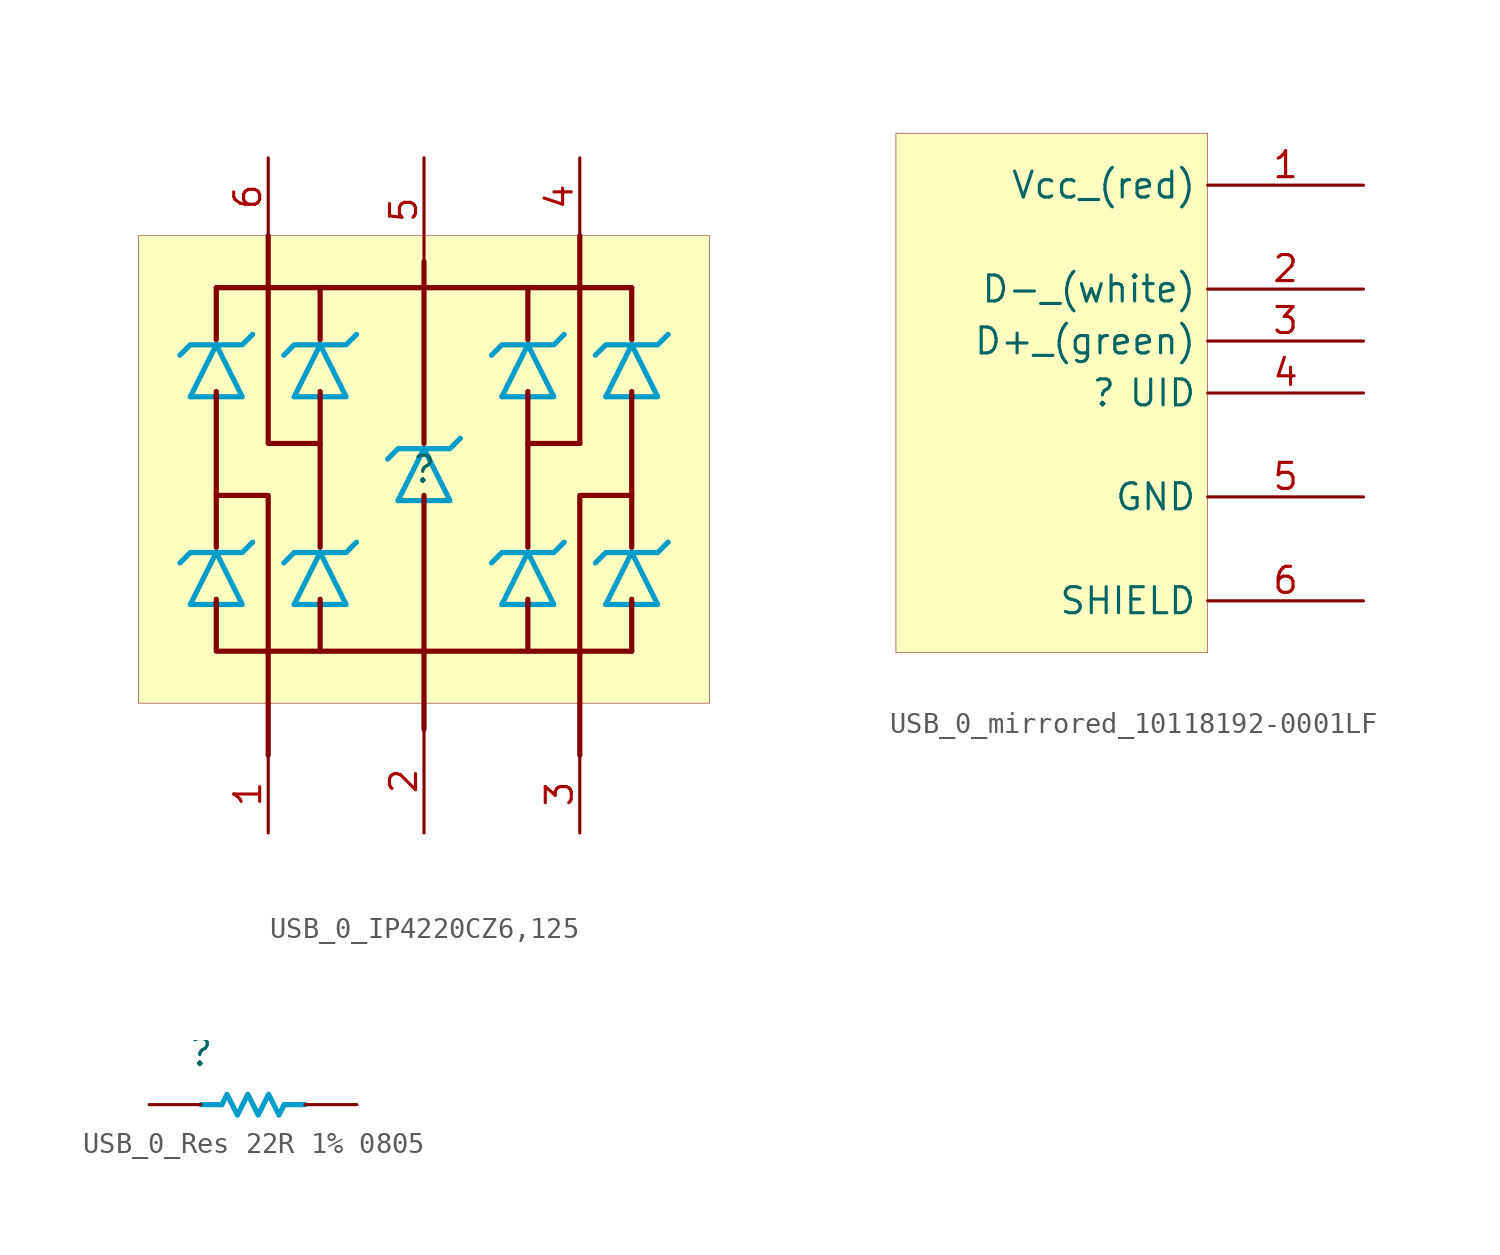
<source format=kicad_sym>
(kicad_symbol_lib
  (version 20231120)
  (generator "kicad_symbol_editor")
  (generator_version "8.0")
  (symbol "USB_0_IP4220CZ6,125"
    (property "Reference" ""
      (at 0 0 0)
      (effects (font (size 1.27 1.27))))
    (property "Value" ""
      (at 0 0 0)
      (effects (font (size 1.27 1.27))))
    (symbol "USB_0_IP4220CZ6,125_1_0"
      (polyline (pts (xy -11.43 -6.604) (xy -10.16 -4.064)) (stroke (width 0.254) (type solid) (color 0 156 202 1)) (fill (type none)))
      (polyline (pts (xy -11.43 3.556) (xy -10.16 6.096)) (stroke (width 0.254) (type solid) (color 0 156 202 1)) (fill (type none)))
      (polyline (pts (xy -10.16 3.81) (xy -10.16 -3.81)) (stroke (width 0.254) (type solid)) (fill (type none)))
      (polyline (pts (xy -10.16 8.89) (xy -10.16 6.35)) (stroke (width 0.254) (type solid)) (fill (type none)))
      (polyline (pts (xy -10.16 8.89) (xy 10.16 8.89)) (stroke (width 0.254) (type solid)) (fill (type none)))
      (polyline (pts (xy -6.35 -6.604) (xy -5.08 -4.064)) (stroke (width 0.254) (type solid) (color 0 156 202 1)) (fill (type none)))
      (polyline (pts (xy -6.35 3.556) (xy -5.08 6.096)) (stroke (width 0.254) (type solid) (color 0 156 202 1)) (fill (type none)))
      (polyline (pts (xy -5.08 -8.89) (xy -5.08 -6.35)) (stroke (width 0.254) (type solid)) (fill (type none)))
      (polyline (pts (xy -5.08 -3.81) (xy -5.08 3.81)) (stroke (width 0.254) (type solid)) (fill (type none)))
      (polyline (pts (xy -5.08 6.35) (xy -5.08 8.89)) (stroke (width 0.254) (type solid)) (fill (type none)))
      (polyline (pts (xy -1.27 -1.524) (xy 0 1.016)) (stroke (width 0.254) (type solid) (color 0 156 202 1)) (fill (type none)))
      (polyline (pts (xy 0 -12.7) (xy 0 -1.27)) (stroke (width 0.254) (type solid)) (fill (type none)))
      (polyline (pts (xy 0 1.27) (xy 0 10.16)) (stroke (width 0.254) (type solid)) (fill (type none)))
      (polyline (pts (xy 3.81 -6.604) (xy 5.08 -4.064)) (stroke (width 0.254) (type solid) (color 0 156 202 1)) (fill (type none)))
      (polyline (pts (xy 3.81 3.556) (xy 5.08 6.096)) (stroke (width 0.254) (type solid) (color 0 156 202 1)) (fill (type none)))
      (polyline (pts (xy 5.08 -6.35) (xy 5.08 -8.89)) (stroke (width 0.254) (type solid)) (fill (type none)))
      (polyline (pts (xy 5.08 -3.81) (xy 5.08 3.81)) (stroke (width 0.254) (type solid)) (fill (type none)))
      (polyline (pts (xy 5.08 6.35) (xy 5.08 8.89)) (stroke (width 0.254) (type solid)) (fill (type none)))
      (polyline (pts (xy 7.62 1.27) (xy 5.08 1.27)) (stroke (width 0.254) (type solid)) (fill (type none)))
      (polyline (pts (xy 7.62 11.43) (xy 7.62 1.27)) (stroke (width 0.254) (type solid)) (fill (type none)))
      (polyline (pts (xy 8.89 -6.604) (xy 10.16 -4.064)) (stroke (width 0.254) (type solid) (color 0 156 202 1)) (fill (type none)))
      (polyline (pts (xy 8.89 3.556) (xy 10.16 6.096)) (stroke (width 0.254) (type solid) (color 0 156 202 1)) (fill (type none)))
      (polyline (pts (xy 10.16 -6.35) (xy 10.16 -8.89)) (stroke (width 0.254) (type solid)) (fill (type none)))
      (polyline (pts (xy 10.16 3.81) (xy 10.16 -3.81)) (stroke (width 0.254) (type solid)) (fill (type none)))
      (polyline (pts (xy 10.16 6.35) (xy 10.16 8.89)) (stroke (width 0.254) (type solid)) (fill (type none)))
      (polyline (pts (xy -11.43 -6.604) (xy -8.89 -6.604) (xy -10.16 -4.064)) (stroke (width 0.254) (type solid) (color 0 156 202 1)) (fill (type none)))
      (polyline (pts (xy -11.43 3.556) (xy -8.89 3.556) (xy -10.16 6.096)) (stroke (width 0.254) (type solid) (color 0 156 202 1)) (fill (type none)))
      (polyline (pts (xy -10.16 -6.35) (xy -10.16 -8.89) (xy 10.16 -8.89)) (stroke (width 0.254) (type solid)) (fill (type none)))
      (polyline (pts (xy -10.16 -1.27) (xy -7.62 -1.27) (xy -7.62 -13.97)) (stroke (width 0.254) (type solid)) (fill (type none)))
      (polyline (pts (xy -7.62 11.43) (xy -7.62 1.27) (xy -5.08 1.27)) (stroke (width 0.254) (type solid)) (fill (type none)))
      (polyline (pts (xy -6.35 -6.604) (xy -3.81 -6.604) (xy -5.08 -4.064)) (stroke (width 0.254) (type solid) (color 0 156 202 1)) (fill (type none)))
      (polyline (pts (xy -6.35 3.556) (xy -3.81 3.556) (xy -5.08 6.096)) (stroke (width 0.254) (type solid) (color 0 156 202 1)) (fill (type none)))
      (polyline (pts (xy -1.27 -1.524) (xy 1.27 -1.524) (xy 0 1.016)) (stroke (width 0.254) (type solid) (color 0 156 202 1)) (fill (type none)))
      (polyline (pts (xy 3.81 -6.604) (xy 6.35 -6.604) (xy 5.08 -4.064)) (stroke (width 0.254) (type solid) (color 0 156 202 1)) (fill (type none)))
      (polyline (pts (xy 3.81 3.556) (xy 6.35 3.556) (xy 5.08 6.096)) (stroke (width 0.254) (type solid) (color 0 156 202 1)) (fill (type none)))
      (polyline (pts (xy 8.89 -6.604) (xy 11.43 -6.604) (xy 10.16 -4.064)) (stroke (width 0.254) (type solid) (color 0 156 202 1)) (fill (type none)))
      (polyline (pts (xy 8.89 3.556) (xy 11.43 3.556) (xy 10.16 6.096)) (stroke (width 0.254) (type solid) (color 0 156 202 1)) (fill (type none)))
      (polyline (pts (xy 10.16 -1.27) (xy 7.62 -1.27) (xy 7.62 -13.97)) (stroke (width 0.254) (type solid)) (fill (type none)))
      (polyline (pts (xy -8.382 -3.556) (xy -8.89 -4.064) (xy -11.43 -4.064) (xy -11.938 -4.572)) (stroke (width 0.254) (type solid) (color 0 156 202 1)) (fill (type none)))
      (polyline (pts (xy -8.382 6.604) (xy -8.89 6.096) (xy -11.43 6.096) (xy -11.938 5.588)) (stroke (width 0.254) (type solid) (color 0 156 202 1)) (fill (type none)))
      (polyline (pts (xy -3.302 -3.556) (xy -3.81 -4.064) (xy -6.35 -4.064) (xy -6.858 -4.572)) (stroke (width 0.254) (type solid) (color 0 156 202 1)) (fill (type none)))
      (polyline (pts (xy -3.302 6.604) (xy -3.81 6.096) (xy -6.35 6.096) (xy -6.858 5.588)) (stroke (width 0.254) (type solid) (color 0 156 202 1)) (fill (type none)))
      (polyline (pts (xy 1.778 1.524) (xy 1.27 1.016) (xy -1.27 1.016) (xy -1.778 0.508)) (stroke (width 0.254) (type solid) (color 0 156 202 1)) (fill (type none)))
      (polyline (pts (xy 6.858 -3.556) (xy 6.35 -4.064) (xy 3.81 -4.064) (xy 3.302 -4.572)) (stroke (width 0.254) (type solid) (color 0 156 202 1)) (fill (type none)))
      (polyline (pts (xy 6.858 6.604) (xy 6.35 6.096) (xy 3.81 6.096) (xy 3.302 5.588)) (stroke (width 0.254) (type solid) (color 0 156 202 1)) (fill (type none)))
      (polyline (pts (xy 11.938 -3.556) (xy 11.43 -4.064) (xy 8.89 -4.064) (xy 8.382 -4.572)) (stroke (width 0.254) (type solid) (color 0 156 202 1)) (fill (type none)))
      (polyline (pts (xy 11.938 6.604) (xy 11.43 6.096) (xy 8.89 6.096) (xy 8.382 5.588)) (stroke (width 0.254) (type solid) (color 0 156 202 1)) (fill (type none)))
      (rectangle (start 13.97 11.43) (end -13.97 -11.43) (stroke (width 0.025) (type solid) (color 128 0 0 1)) (fill (type background)))
      (pin passive line (at -7.62 -17.78 90) (length 3.81) (name "1" (effects (font (size 0 0)))) (number "1" (effects (font (size 1.27 1.27)))))
      (pin passive line (at 0 -17.78 90) (length 5.08) (name "2" (effects (font (size 0 0)))) (number "2" (effects (font (size 1.27 1.27)))))
      (pin passive line (at 7.62 -17.78 90) (length 3.81) (name "3" (effects (font (size 0 0)))) (number "3" (effects (font (size 1.27 1.27)))))
      (pin passive line (at 7.62 15.24 270) (length 3.81) (name "4" (effects (font (size 0 0)))) (number "4" (effects (font (size 1.27 1.27)))))
      (pin passive line (at 0 15.24 270) (length 5.08) (name "5" (effects (font (size 0 0)))) (number "5" (effects (font (size 1.27 1.27)))))
      (pin passive line (at -7.62 15.24 270) (length 3.81) (name "6" (effects (font (size 0 0)))) (number "6" (effects (font (size 1.27 1.27)))))))
  (symbol "USB_0_mirrored_10118192-0001LF"
    (property "Reference" ""
      (at 0 0 0)
      (effects (font (size 1.27 1.27))))
    (property "Value" ""
      (at 0 0 0)
      (effects (font (size 1.27 1.27))))
    (symbol "USB_0_mirrored_10118192-0001LF_1_0"
      (rectangle (start 5.08 12.7) (end -10.16 -12.7) (stroke (width 0.025) (type solid) (color 128 0 0 1)) (fill (type background)))
      (pin passive line (at 12.7 10.16 180) (length 7.62) (name "Vcc_(red)" (effects (font (size 1.27 1.27)))) (number "1" (effects (font (size 1.27 1.27)))))
      (pin passive line (at 12.7 5.08 180) (length 7.62) (name "D-_(white)" (effects (font (size 1.27 1.27)))) (number "2" (effects (font (size 1.27 1.27)))))
      (pin passive line (at 12.7 2.54 180) (length 7.62) (name "D+_(green)" (effects (font (size 1.27 1.27)))) (number "3" (effects (font (size 1.27 1.27)))))
      (pin passive line (at 12.7 0 180) (length 7.62) (name "UID" (effects (font (size 1.27 1.27)))) (number "4" (effects (font (size 1.27 1.27)))))
      (pin passive line (at 12.7 -5.08 180) (length 7.62) (name "GND" (effects (font (size 1.27 1.27)))) (number "5" (effects (font (size 1.27 1.27)))))
      (pin passive line (at 12.7 -10.16 180) (length 7.62) (name "SHIELD" (effects (font (size 1.27 1.27)))) (number "6" (effects (font (size 1.27 1.27)))))))
  (symbol "USB_0_Res 22R 1% 0805"
    (property "Reference" ""
      (at 0 0 0)
      (effects (font (size 1.27 1.27))))
    (property "Value" ""
      (at 0 0 0)
      (effects (font (size 1.27 1.27))))
    (symbol "USB_0_Res 22R 1% 0805_1_0"
      (polyline (pts (xy 0 -2.54) (xy 1.016 -2.54)) (stroke (width 0.254) (type solid) (color 0 156 202 1)) (fill (type none)))
      (polyline (pts (xy 4.064 -2.54) (xy 5.08 -2.54)) (stroke (width 0.254) (type solid) (color 0 156 202 1)) (fill (type none)))
      (polyline (pts (xy 1.016 -2.54) (xy 1.27 -2.032) (xy 1.778 -3.048) (xy 2.286 -2.032) (xy 2.794 -3.048) (xy 3.302 -2.032) (xy 3.81 -3.048) (xy 4.064 -2.54)) (stroke (width 0.254) (type solid) (color 0 156 202 1)) (fill (type none)))
      (pin passive line (at -2.54 -2.54 0) (length 2.54) (name "1" (effects (font (size 0 0)))) (number "1" (effects (font (size 0 0)))))
      (pin passive line (at 7.62 -2.54 180) (length 2.54) (name "2" (effects (font (size 0 0)))) (number "2" (effects (font (size 0 0))))))))
</source>
